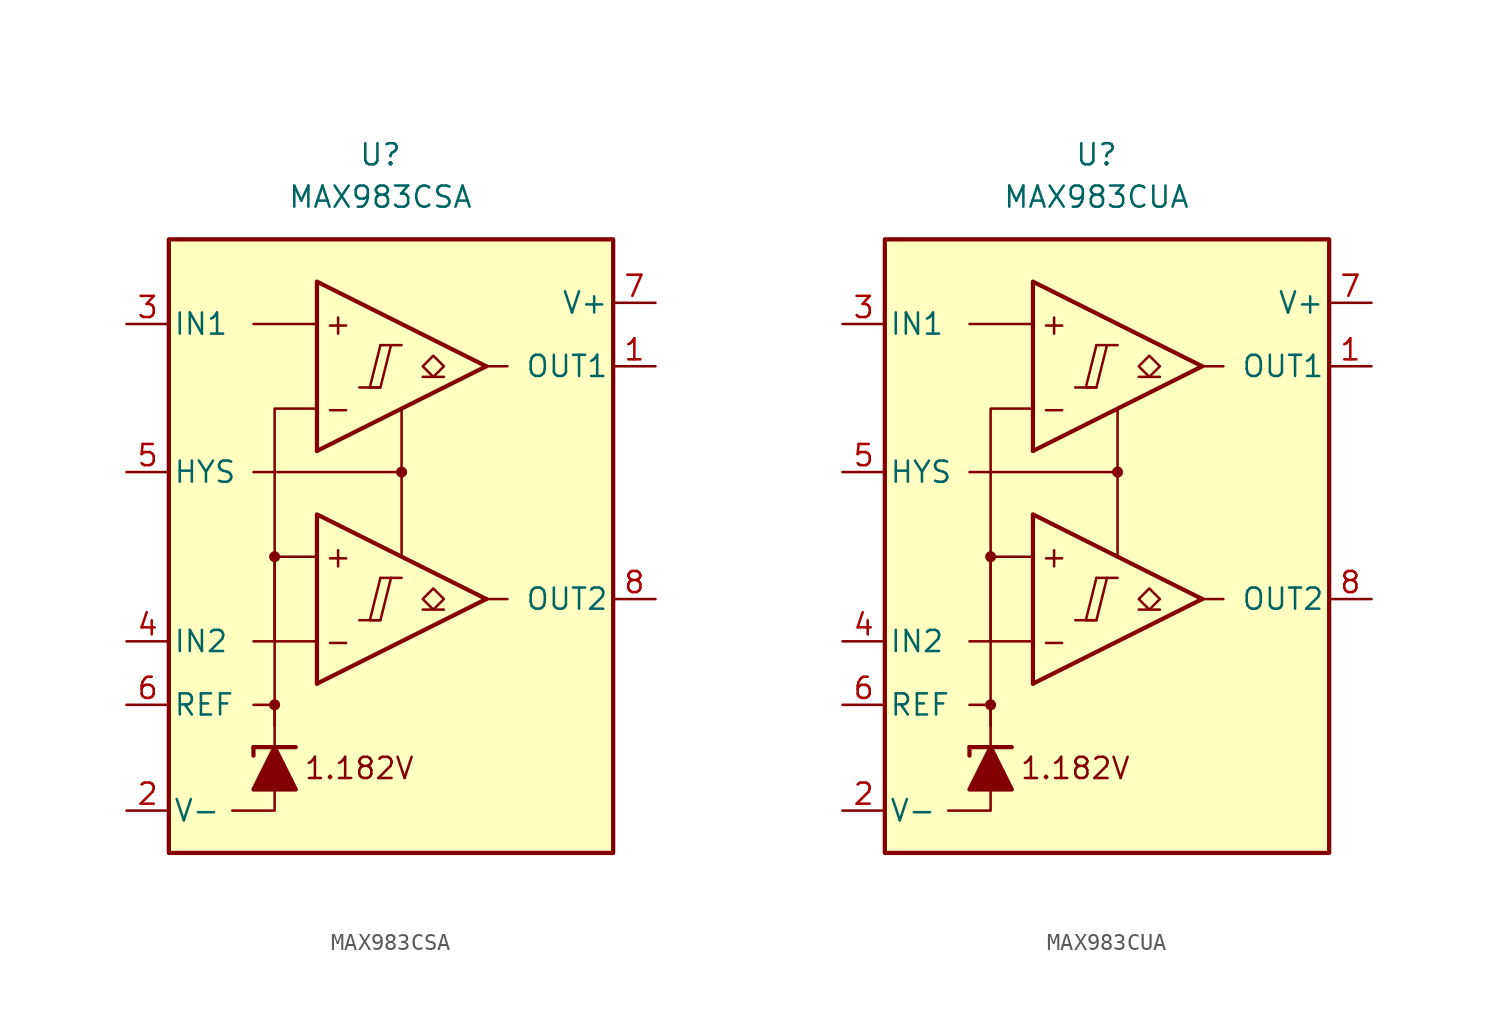
<source format=kicad_sym>
(kicad_symbol_lib
  (version 20211014)
  (generator kicad_symbol_editor)
  (symbol "MAX983CSA"
    (pin_names
      (offset 0.254))
    (property "Reference" "U"
      (at -1.27 22.86 0)
      (effects (font (size 1.27 1.27))))
    (property "Value" "MAX983CSA"
      (at -1.27 20.32 0)
      (effects (font (size 1.27 1.27))))
    (symbol "MAX983CSA_0_0"
      (rectangle (start -13.97 17.78) (end 12.7 -19.05) (stroke (width 0.254) (type default) (color 0 0 0 0)) (fill (type background)))
      (circle (center -7.62 -10.16) (radius 0.254) (stroke (width 0.152) (type default) (color 0 0 0 0)) (fill (type outline)))
      (circle (center -7.62 -1.27) (radius 0.254) (stroke (width 0.152) (type default) (color 0 0 0 0)) (fill (type outline)))
      (polyline (pts (xy -2.54 -5.08) (xy -1.27 -5.08)) (stroke (width 0.152) (type default) (color 0 0 0 0)) (fill (type none)))
      (polyline (pts (xy -2.54 8.89) (xy -1.27 8.89)) (stroke (width 0.152) (type default) (color 0 0 0 0)) (fill (type none)))
      (polyline (pts (xy -1.27 -2.54) (xy 0 -2.54)) (stroke (width 0.152) (type default) (color 0 0 0 0)) (fill (type none)))
      (polyline (pts (xy -1.27 11.43) (xy 0 11.43)) (stroke (width 0.152) (type default) (color 0 0 0 0)) (fill (type none)))
      (polyline (pts (xy 5.08 -3.81) (xy -5.08 -8.89)) (stroke (width 0.254) (type default) (color 0 0 0 0)) (fill (type none)))
      (polyline (pts (xy 5.08 10.16) (xy -5.08 5.08)) (stroke (width 0.254) (type default) (color 0 0 0 0)) (fill (type none)))
      (polyline (pts (xy 5.08 -3.81) (xy -5.08 1.27) (xy -5.08 -8.89)) (stroke (width 0.254) (type default) (color 0 0 0 0)) (fill (type background)))
      (polyline (pts (xy 5.08 10.16) (xy -5.08 15.24) (xy -5.08 5.08)) (stroke (width 0.254) (type default) (color 0 0 0 0)) (fill (type background)))
      (polyline (pts (xy -1.27 -2.54) (xy -1.905 -5.08) (xy -1.27 -5.08) (xy -0.635 -2.54)) (stroke (width 0.152) (type default) (color 0 0 0 0)) (fill (type none)))
      (polyline (pts (xy -1.27 11.43) (xy -1.905 8.89) (xy -1.27 8.89) (xy -0.635 11.43)) (stroke (width 0.152) (type default) (color 0 0 0 0)) (fill (type none)))
      (circle (center 0 3.81) (radius 0.254) (stroke (width 0.152) (type default) (color 0 0 0 0)) (fill (type outline)))
      (text "+" (at -3.81 -1.27 0) (effects (font (size 1.27 1.27))))
      (text "+" (at -3.81 12.7 0) (effects (font (size 1.27 1.27))))
      (text "-" (at -3.81 -6.35 0) (effects (font (size 1.27 1.27))))
      (text "-" (at -3.81 7.62 0) (effects (font (size 1.27 1.27))))
      (text "1.182V" (at -2.54 -13.97 0) (effects (font (size 1.27 1.27)))))
    (symbol "MAX983CSA_0_1"
      (polyline (pts (xy -8.89 -12.7) (xy -8.89 -13.208)) (stroke (width 0.254) (type default) (color 0 0 0 0)) (fill (type none)))
      (polyline (pts (xy -8.89 -12.7) (xy -6.35 -12.7)) (stroke (width 0.254) (type default) (color 0 0 0 0)) (fill (type none)))
      (polyline (pts (xy -5.08 -6.35) (xy -8.89 -6.35)) (stroke (width 0) (type default) (color 0 0 0 0)) (fill (type none)))
      (polyline (pts (xy -5.08 12.7) (xy -8.89 12.7)) (stroke (width 0) (type default) (color 0 0 0 0)) (fill (type none)))
      (polyline (pts (xy 0 3.81) (xy 0 -1.27)) (stroke (width 0) (type default) (color 0 0 0 0)) (fill (type none)))
      (polyline (pts (xy 5.08 -3.81) (xy 6.35 -3.81)) (stroke (width 0) (type default) (color 0 0 0 0)) (fill (type none)))
      (polyline (pts (xy 5.08 10.16) (xy 6.35 10.16)) (stroke (width 0) (type default) (color 0 0 0 0)) (fill (type none)))
      (polyline (pts (xy -7.62 -15.24) (xy -7.62 -16.51) (xy -10.16 -16.51)) (stroke (width 0) (type default) (color 0 0 0 0)) (fill (type none)))
      (polyline (pts (xy -7.62 -12.7) (xy -7.62 -10.16) (xy -8.89 -10.16)) (stroke (width 0) (type default) (color 0 0 0 0)) (fill (type none)))
      (polyline (pts (xy -7.62 -11.43) (xy -7.62 -1.27) (xy -5.08 -1.27)) (stroke (width 0) (type default) (color 0 0 0 0)) (fill (type none)))
      (polyline (pts (xy -7.62 -6.35) (xy -7.62 7.62) (xy -5.08 7.62)) (stroke (width 0) (type default) (color 0 0 0 0)) (fill (type none)))
      (polyline (pts (xy 0 7.62) (xy 0 3.81) (xy -8.89 3.81)) (stroke (width 0) (type default) (color 0 0 0 0)) (fill (type none)))
      (polyline (pts (xy -6.35 -15.24) (xy -8.89 -15.24) (xy -7.62 -12.7) (xy -6.35 -15.24)) (stroke (width 0.254) (type default) (color 0 0 0 0)) (fill (type outline))))
    (symbol "MAX983CSA_1_1"
      (polyline (pts (xy 2.54 -4.445) (xy 1.27 -4.445)) (stroke (width 0.152) (type default) (color 0 0 0 0)) (fill (type none)))
      (polyline (pts (xy 2.54 9.525) (xy 1.27 9.525)) (stroke (width 0.152) (type default) (color 0 0 0 0)) (fill (type none)))
      (polyline (pts (xy 1.905 -4.445) (xy 1.27 -3.81) (xy 1.905 -3.175) (xy 2.54 -3.81) (xy 1.905 -4.445)) (stroke (width 0.152) (type default) (color 0 0 0 0)) (fill (type none)))
      (polyline (pts (xy 1.905 9.525) (xy 1.27 10.16) (xy 1.905 10.795) (xy 2.54 10.16) (xy 1.905 9.525)) (stroke (width 0.152) (type default) (color 0 0 0 0)) (fill (type none)))
      (pin output line (at 15.24 10.16 180) (length 2.54) (name "OUT1" (effects (font (size 1.27 1.27)))) (number "1" (effects (font (size 1.27 1.27)))))
      (pin power_in line (at -16.51 -16.51 0) (length 2.54) (name "V-" (effects (font (size 1.27 1.27)))) (number "2" (effects (font (size 1.27 1.27)))))
      (pin input line (at -16.51 12.7 0) (length 2.54) (name "IN1" (effects (font (size 1.27 1.27)))) (number "3" (effects (font (size 1.27 1.27)))))
      (pin input line (at -16.51 -6.35 0) (length 2.54) (name "IN2" (effects (font (size 1.27 1.27)))) (number "4" (effects (font (size 1.27 1.27)))))
      (pin input line (at -16.51 3.81 0) (length 2.54) (name "HYS" (effects (font (size 1.27 1.27)))) (number "5" (effects (font (size 1.27 1.27)))))
      (pin output line (at -16.51 -10.16 0) (length 2.54) (name "REF" (effects (font (size 1.27 1.27)))) (number "6" (effects (font (size 1.27 1.27)))))
      (pin power_in line (at 15.24 13.97 180) (length 2.54) (name "V+" (effects (font (size 1.27 1.27)))) (number "7" (effects (font (size 1.27 1.27)))))
      (pin output line (at 15.24 -3.81 180) (length 2.54) (name "OUT2" (effects (font (size 1.27 1.27)))) (number "8" (effects (font (size 1.27 1.27)))))))
  (symbol "MAX983CUA"
    (pin_names
      (offset 0.254))
    (property "Reference" "U"
      (at -1.27 22.86 0)
      (effects (font (size 1.27 1.27))))
    (property "Value" "MAX983CUA"
      (at -1.27 20.32 0)
      (effects (font (size 1.27 1.27))))
    (symbol "MAX983CUA_0_0"
      (rectangle (start -13.97 17.78) (end 12.7 -19.05) (stroke (width 0.254) (type default) (color 0 0 0 0)) (fill (type background)))
      (circle (center -7.62 -10.16) (radius 0.254) (stroke (width 0.152) (type default) (color 0 0 0 0)) (fill (type outline)))
      (circle (center -7.62 -1.27) (radius 0.254) (stroke (width 0.152) (type default) (color 0 0 0 0)) (fill (type outline)))
      (polyline (pts (xy -2.54 -5.08) (xy -1.27 -5.08)) (stroke (width 0.152) (type default) (color 0 0 0 0)) (fill (type none)))
      (polyline (pts (xy -2.54 8.89) (xy -1.27 8.89)) (stroke (width 0.152) (type default) (color 0 0 0 0)) (fill (type none)))
      (polyline (pts (xy -1.27 -2.54) (xy 0 -2.54)) (stroke (width 0.152) (type default) (color 0 0 0 0)) (fill (type none)))
      (polyline (pts (xy -1.27 11.43) (xy 0 11.43)) (stroke (width 0.152) (type default) (color 0 0 0 0)) (fill (type none)))
      (polyline (pts (xy 5.08 -3.81) (xy -5.08 -8.89)) (stroke (width 0.254) (type default) (color 0 0 0 0)) (fill (type none)))
      (polyline (pts (xy 5.08 10.16) (xy -5.08 5.08)) (stroke (width 0.254) (type default) (color 0 0 0 0)) (fill (type none)))
      (polyline (pts (xy 5.08 -3.81) (xy -5.08 1.27) (xy -5.08 -8.89)) (stroke (width 0.254) (type default) (color 0 0 0 0)) (fill (type background)))
      (polyline (pts (xy 5.08 10.16) (xy -5.08 15.24) (xy -5.08 5.08)) (stroke (width 0.254) (type default) (color 0 0 0 0)) (fill (type background)))
      (polyline (pts (xy -1.27 -2.54) (xy -1.905 -5.08) (xy -1.27 -5.08) (xy -0.635 -2.54)) (stroke (width 0.152) (type default) (color 0 0 0 0)) (fill (type none)))
      (polyline (pts (xy -1.27 11.43) (xy -1.905 8.89) (xy -1.27 8.89) (xy -0.635 11.43)) (stroke (width 0.152) (type default) (color 0 0 0 0)) (fill (type none)))
      (circle (center 0 3.81) (radius 0.254) (stroke (width 0.152) (type default) (color 0 0 0 0)) (fill (type outline)))
      (text "+" (at -3.81 -1.27 0) (effects (font (size 1.27 1.27))))
      (text "+" (at -3.81 12.7 0) (effects (font (size 1.27 1.27))))
      (text "-" (at -3.81 -6.35 0) (effects (font (size 1.27 1.27))))
      (text "-" (at -3.81 7.62 0) (effects (font (size 1.27 1.27))))
      (text "1.182V" (at -2.54 -13.97 0) (effects (font (size 1.27 1.27)))))
    (symbol "MAX983CUA_0_1"
      (polyline (pts (xy -8.89 -12.7) (xy -8.89 -13.208)) (stroke (width 0.254) (type default) (color 0 0 0 0)) (fill (type none)))
      (polyline (pts (xy -8.89 -12.7) (xy -6.35 -12.7)) (stroke (width 0.254) (type default) (color 0 0 0 0)) (fill (type none)))
      (polyline (pts (xy -5.08 -6.35) (xy -8.89 -6.35)) (stroke (width 0) (type default) (color 0 0 0 0)) (fill (type none)))
      (polyline (pts (xy -5.08 12.7) (xy -8.89 12.7)) (stroke (width 0) (type default) (color 0 0 0 0)) (fill (type none)))
      (polyline (pts (xy 0 3.81) (xy 0 -1.27)) (stroke (width 0) (type default) (color 0 0 0 0)) (fill (type none)))
      (polyline (pts (xy 5.08 -3.81) (xy 6.35 -3.81)) (stroke (width 0) (type default) (color 0 0 0 0)) (fill (type none)))
      (polyline (pts (xy 5.08 10.16) (xy 6.35 10.16)) (stroke (width 0) (type default) (color 0 0 0 0)) (fill (type none)))
      (polyline (pts (xy -7.62 -15.24) (xy -7.62 -16.51) (xy -10.16 -16.51)) (stroke (width 0) (type default) (color 0 0 0 0)) (fill (type none)))
      (polyline (pts (xy -7.62 -12.7) (xy -7.62 -10.16) (xy -8.89 -10.16)) (stroke (width 0) (type default) (color 0 0 0 0)) (fill (type none)))
      (polyline (pts (xy -7.62 -11.43) (xy -7.62 -1.27) (xy -5.08 -1.27)) (stroke (width 0) (type default) (color 0 0 0 0)) (fill (type none)))
      (polyline (pts (xy -7.62 -6.35) (xy -7.62 7.62) (xy -5.08 7.62)) (stroke (width 0) (type default) (color 0 0 0 0)) (fill (type none)))
      (polyline (pts (xy 0 7.62) (xy 0 3.81) (xy -8.89 3.81)) (stroke (width 0) (type default) (color 0 0 0 0)) (fill (type none)))
      (polyline (pts (xy -6.35 -15.24) (xy -8.89 -15.24) (xy -7.62 -12.7) (xy -6.35 -15.24)) (stroke (width 0.254) (type default) (color 0 0 0 0)) (fill (type outline))))
    (symbol "MAX983CUA_1_1"
      (polyline (pts (xy 2.54 -4.445) (xy 1.27 -4.445)) (stroke (width 0.152) (type default) (color 0 0 0 0)) (fill (type none)))
      (polyline (pts (xy 2.54 9.525) (xy 1.27 9.525)) (stroke (width 0.152) (type default) (color 0 0 0 0)) (fill (type none)))
      (polyline (pts (xy 1.905 -4.445) (xy 1.27 -3.81) (xy 1.905 -3.175) (xy 2.54 -3.81) (xy 1.905 -4.445)) (stroke (width 0.152) (type default) (color 0 0 0 0)) (fill (type none)))
      (polyline (pts (xy 1.905 9.525) (xy 1.27 10.16) (xy 1.905 10.795) (xy 2.54 10.16) (xy 1.905 9.525)) (stroke (width 0.152) (type default) (color 0 0 0 0)) (fill (type none)))
      (pin output line (at 15.24 10.16 180) (length 2.54) (name "OUT1" (effects (font (size 1.27 1.27)))) (number "1" (effects (font (size 1.27 1.27)))))
      (pin power_in line (at -16.51 -16.51 0) (length 2.54) (name "V-" (effects (font (size 1.27 1.27)))) (number "2" (effects (font (size 1.27 1.27)))))
      (pin input line (at -16.51 12.7 0) (length 2.54) (name "IN1" (effects (font (size 1.27 1.27)))) (number "3" (effects (font (size 1.27 1.27)))))
      (pin input line (at -16.51 -6.35 0) (length 2.54) (name "IN2" (effects (font (size 1.27 1.27)))) (number "4" (effects (font (size 1.27 1.27)))))
      (pin input line (at -16.51 3.81 0) (length 2.54) (name "HYS" (effects (font (size 1.27 1.27)))) (number "5" (effects (font (size 1.27 1.27)))))
      (pin output line (at -16.51 -10.16 0) (length 2.54) (name "REF" (effects (font (size 1.27 1.27)))) (number "6" (effects (font (size 1.27 1.27)))))
      (pin power_in line (at 15.24 13.97 180) (length 2.54) (name "V+" (effects (font (size 1.27 1.27)))) (number "7" (effects (font (size 1.27 1.27)))))
      (pin output line (at 15.24 -3.81 180) (length 2.54) (name "OUT2" (effects (font (size 1.27 1.27)))) (number "8" (effects (font (size 1.27 1.27))))))))
</source>
